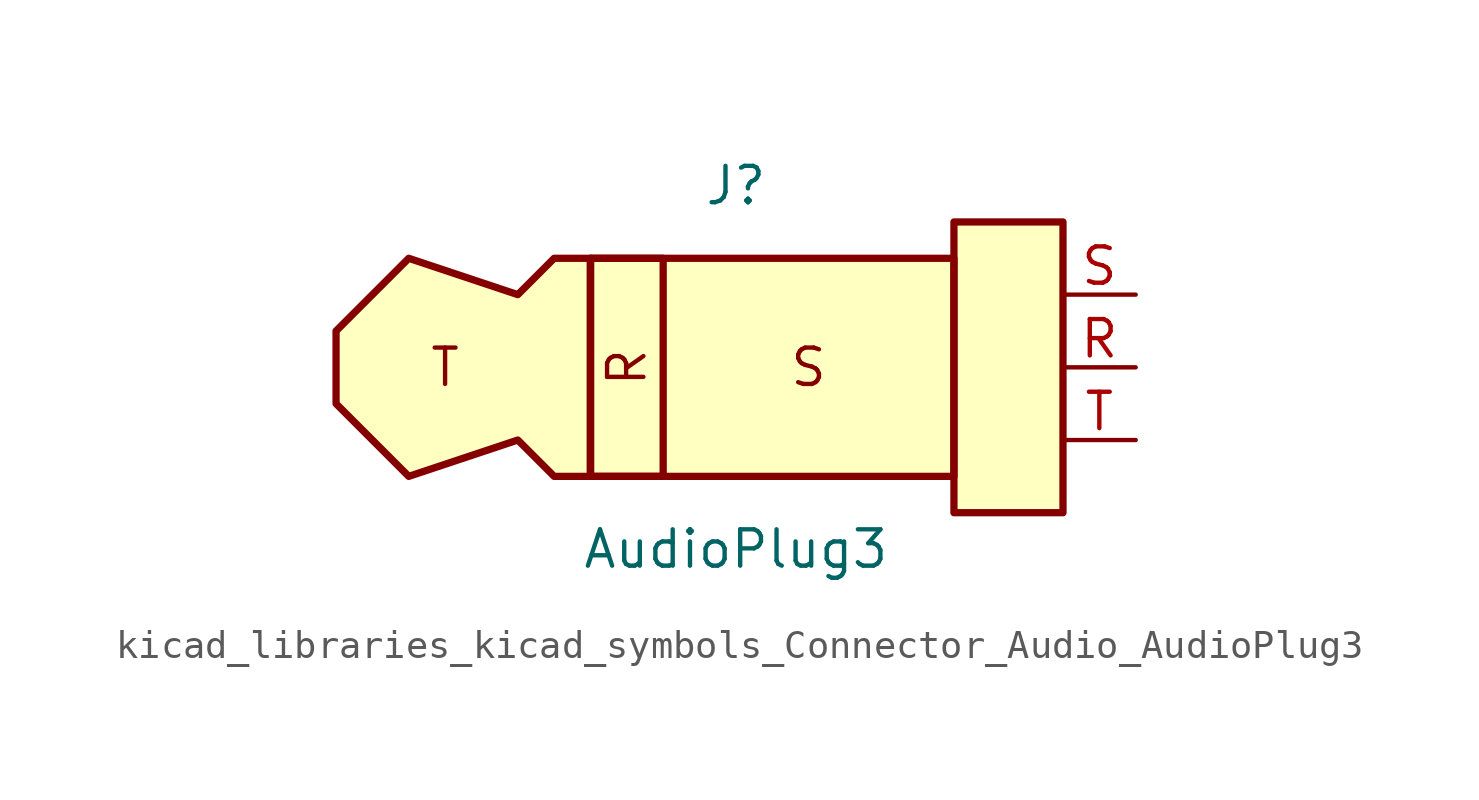
<source format=kicad_sym>
(kicad_symbol_lib
  (version 20220914)
  (generator kicad_symbol_editor)
  (symbol "kicad_libraries_kicad_symbols_Connector_Audio_AudioPlug3"
    (property "Reference" "J"
      (at 1.27 6.35 0)
      (effects (font (size 1.27 1.27))))
    (property "Value" "AudioPlug3"
      (at 1.27 -6.35 0)
      (effects (font (size 1.27 1.27))))
    (symbol "kicad_libraries_kicad_symbols_Connector_Audio_AudioPlug3_0_0"
      (text "R" (at -2.54 0 900) (effects (font (size 1.27 1.27)))))
    (symbol "kicad_libraries_kicad_symbols_Connector_Audio_AudioPlug3_0_1"
      (rectangle (start -3.81 3.81) (end -1.27 -3.81) (stroke (width 0.254) (type default)) (fill (type none)))
      (rectangle (start -1.27 -1.27) (end -1.27 -1.27) (stroke (width 0) (type default)) (fill (type none))))
    (symbol "kicad_libraries_kicad_symbols_Connector_Audio_AudioPlug3_1_0"
      (text "S" (at 3.81 0 0) (effects (font (size 1.27 1.27))))
      (text "T" (at -8.89 0 0) (effects (font (size 1.27 1.27)))))
    (symbol "kicad_libraries_kicad_symbols_Connector_Audio_AudioPlug3_1_1"
      (rectangle (start -3.81 3.81) (end 8.89 -3.81) (stroke (width 0.254) (type default)) (fill (type background)))
      (polyline (pts (xy -3.81 3.81) (xy -5.08 3.81) (xy -6.35 2.54) (xy -10.16 3.81) (xy -12.7 1.27) (xy -12.7 -1.27) (xy -10.16 -3.81) (xy -6.35 -2.54) (xy -5.08 -3.81) (xy -3.81 -3.81) (xy -3.81 3.81)) (stroke (width 0.254) (type default)) (fill (type background)))
      (rectangle (start 12.7 5.08) (end 8.89 -5.08) (stroke (width 0.254) (type default)) (fill (type background)))
      (pin passive line (at 15.24 0 180) (length 2.54) (name "~" (effects (font (size 1.27 1.27)))) (number "R" (effects (font (size 1.27 1.27)))))
      (pin passive line (at 15.24 2.54 180) (length 2.54) (name "~" (effects (font (size 1.27 1.27)))) (number "S" (effects (font (size 1.27 1.27)))))
      (pin passive line (at 15.24 -2.54 180) (length 2.54) (name "~" (effects (font (size 1.27 1.27)))) (number "T" (effects (font (size 1.27 1.27))))))))
</source>
